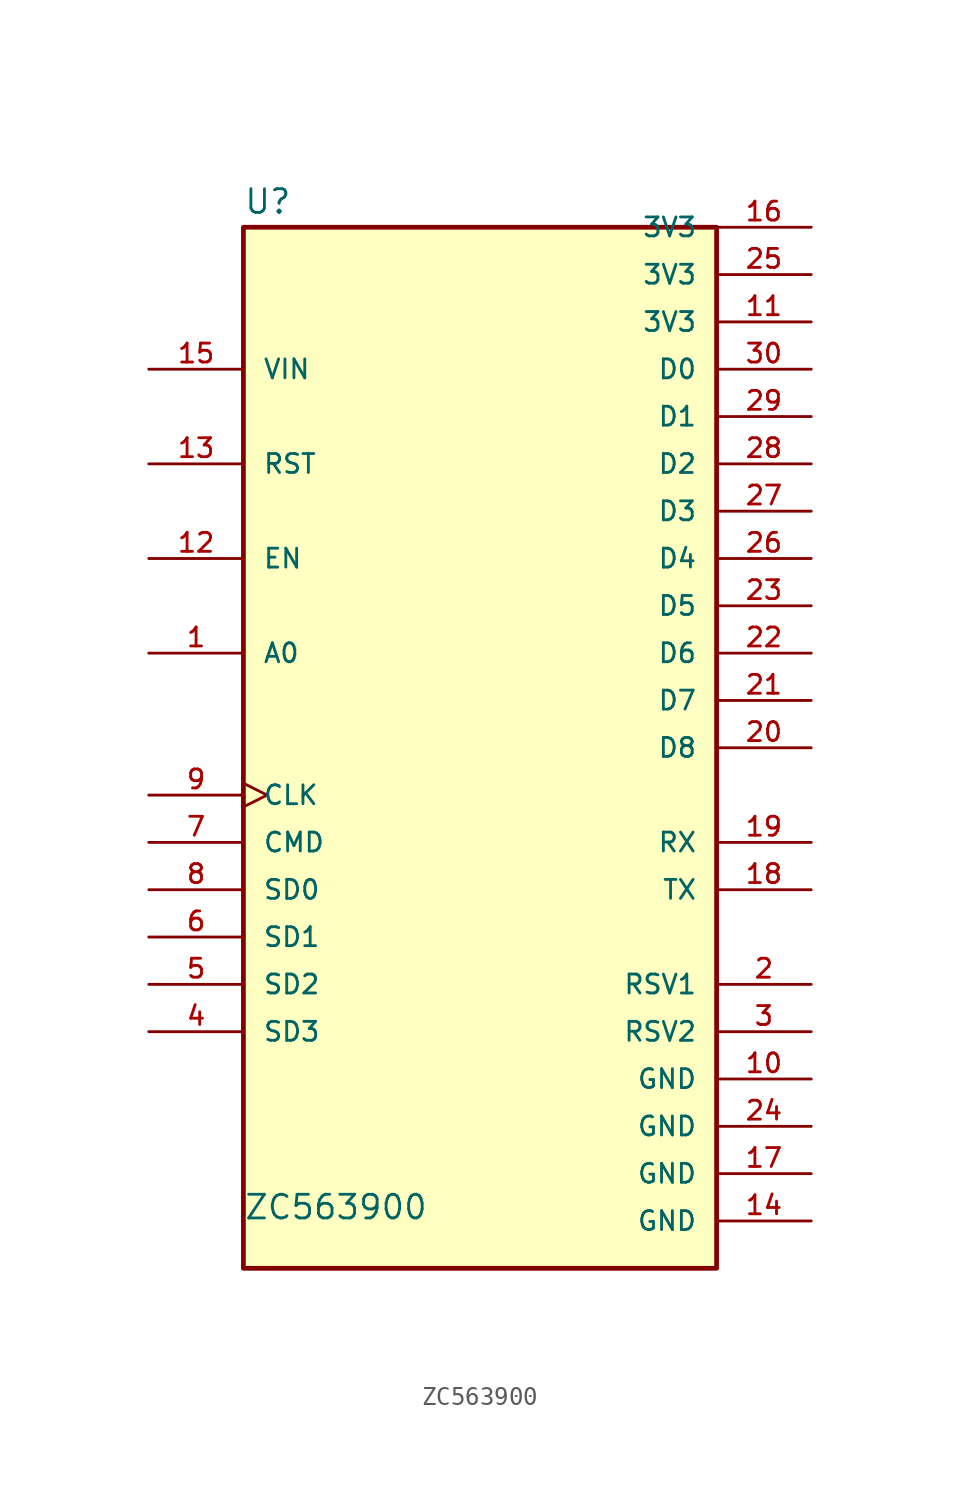
<source format=kicad_sym>
(kicad_symbol_lib
  (version 20231120)
  (generator "kicad_symbol_editor")
  (generator_version "8.0")
  (symbol "ZC563900"
    (pin_names
      (offset 1.016))
    (property "Reference" "U"
      (at -12.7 26.035 0)
      (effects (font (size 1.27 1.27)) (justify left bottom)))
    (property "Value" "ZC563900"
      (at -12.7 -27.94 0)
      (effects (font (size 1.27 1.27)) (justify left bottom)))
    (symbol "ZC563900_0_0"
      (rectangle (start -12.7 25.4) (end 12.7 -30.48) (stroke (width 0.254) (type default)) (fill (type background)))
      (pin input line (at -17.78 2.54 0) (length 5.08) (name "A0" (effects (font (size 1.016 1.016)))) (number "1" (effects (font (size 1.016 1.016)))))
      (pin power_in line (at 17.78 -20.32 180) (length 5.08) (name "GND" (effects (font (size 1.016 1.016)))) (number "10" (effects (font (size 1.016 1.016)))))
      (pin power_in line (at 17.78 20.32 180) (length 5.08) (name "3V3" (effects (font (size 1.016 1.016)))) (number "11" (effects (font (size 1.016 1.016)))))
      (pin input line (at -17.78 7.62 0) (length 5.08) (name "EN" (effects (font (size 1.016 1.016)))) (number "12" (effects (font (size 1.016 1.016)))))
      (pin input line (at -17.78 12.7 0) (length 5.08) (name "RST" (effects (font (size 1.016 1.016)))) (number "13" (effects (font (size 1.016 1.016)))))
      (pin power_in line (at 17.78 -27.94 180) (length 5.08) (name "GND" (effects (font (size 1.016 1.016)))) (number "14" (effects (font (size 1.016 1.016)))))
      (pin input line (at -17.78 17.78 0) (length 5.08) (name "VIN" (effects (font (size 1.016 1.016)))) (number "15" (effects (font (size 1.016 1.016)))))
      (pin power_in line (at 17.78 25.4 180) (length 5.08) (name "3V3" (effects (font (size 1.016 1.016)))) (number "16" (effects (font (size 1.016 1.016)))))
      (pin power_in line (at 17.78 -25.4 180) (length 5.08) (name "GND" (effects (font (size 1.016 1.016)))) (number "17" (effects (font (size 1.016 1.016)))))
      (pin bidirectional line (at 17.78 -10.16 180) (length 5.08) (name "TX" (effects (font (size 1.016 1.016)))) (number "18" (effects (font (size 1.016 1.016)))))
      (pin bidirectional line (at 17.78 -7.62 180) (length 5.08) (name "RX" (effects (font (size 1.016 1.016)))) (number "19" (effects (font (size 1.016 1.016)))))
      (pin passive line (at 17.78 -15.24 180) (length 5.08) (name "RSV1" (effects (font (size 1.016 1.016)))) (number "2" (effects (font (size 1.016 1.016)))))
      (pin bidirectional line (at 17.78 -2.54 180) (length 5.08) (name "D8" (effects (font (size 1.016 1.016)))) (number "20" (effects (font (size 1.016 1.016)))))
      (pin bidirectional line (at 17.78 0 180) (length 5.08) (name "D7" (effects (font (size 1.016 1.016)))) (number "21" (effects (font (size 1.016 1.016)))))
      (pin bidirectional line (at 17.78 2.54 180) (length 5.08) (name "D6" (effects (font (size 1.016 1.016)))) (number "22" (effects (font (size 1.016 1.016)))))
      (pin bidirectional line (at 17.78 5.08 180) (length 5.08) (name "D5" (effects (font (size 1.016 1.016)))) (number "23" (effects (font (size 1.016 1.016)))))
      (pin power_in line (at 17.78 -22.86 180) (length 5.08) (name "GND" (effects (font (size 1.016 1.016)))) (number "24" (effects (font (size 1.016 1.016)))))
      (pin power_in line (at 17.78 22.86 180) (length 5.08) (name "3V3" (effects (font (size 1.016 1.016)))) (number "25" (effects (font (size 1.016 1.016)))))
      (pin bidirectional line (at 17.78 7.62 180) (length 5.08) (name "D4" (effects (font (size 1.016 1.016)))) (number "26" (effects (font (size 1.016 1.016)))))
      (pin bidirectional line (at 17.78 10.16 180) (length 5.08) (name "D3" (effects (font (size 1.016 1.016)))) (number "27" (effects (font (size 1.016 1.016)))))
      (pin bidirectional line (at 17.78 12.7 180) (length 5.08) (name "D2" (effects (font (size 1.016 1.016)))) (number "28" (effects (font (size 1.016 1.016)))))
      (pin bidirectional line (at 17.78 15.24 180) (length 5.08) (name "D1" (effects (font (size 1.016 1.016)))) (number "29" (effects (font (size 1.016 1.016)))))
      (pin passive line (at 17.78 -17.78 180) (length 5.08) (name "RSV2" (effects (font (size 1.016 1.016)))) (number "3" (effects (font (size 1.016 1.016)))))
      (pin bidirectional line (at 17.78 17.78 180) (length 5.08) (name "D0" (effects (font (size 1.016 1.016)))) (number "30" (effects (font (size 1.016 1.016)))))
      (pin bidirectional line (at -17.78 -17.78 0) (length 5.08) (name "SD3" (effects (font (size 1.016 1.016)))) (number "4" (effects (font (size 1.016 1.016)))))
      (pin bidirectional line (at -17.78 -15.24 0) (length 5.08) (name "SD2" (effects (font (size 1.016 1.016)))) (number "5" (effects (font (size 1.016 1.016)))))
      (pin bidirectional line (at -17.78 -12.7 0) (length 5.08) (name "SD1" (effects (font (size 1.016 1.016)))) (number "6" (effects (font (size 1.016 1.016)))))
      (pin input line (at -17.78 -7.62 0) (length 5.08) (name "CMD" (effects (font (size 1.016 1.016)))) (number "7" (effects (font (size 1.016 1.016)))))
      (pin bidirectional line (at -17.78 -10.16 0) (length 5.08) (name "SD0" (effects (font (size 1.016 1.016)))) (number "8" (effects (font (size 1.016 1.016)))))
      (pin input clock (at -17.78 -5.08 0) (length 5.08) (name "CLK" (effects (font (size 1.016 1.016)))) (number "9" (effects (font (size 1.016 1.016))))))))
</source>
